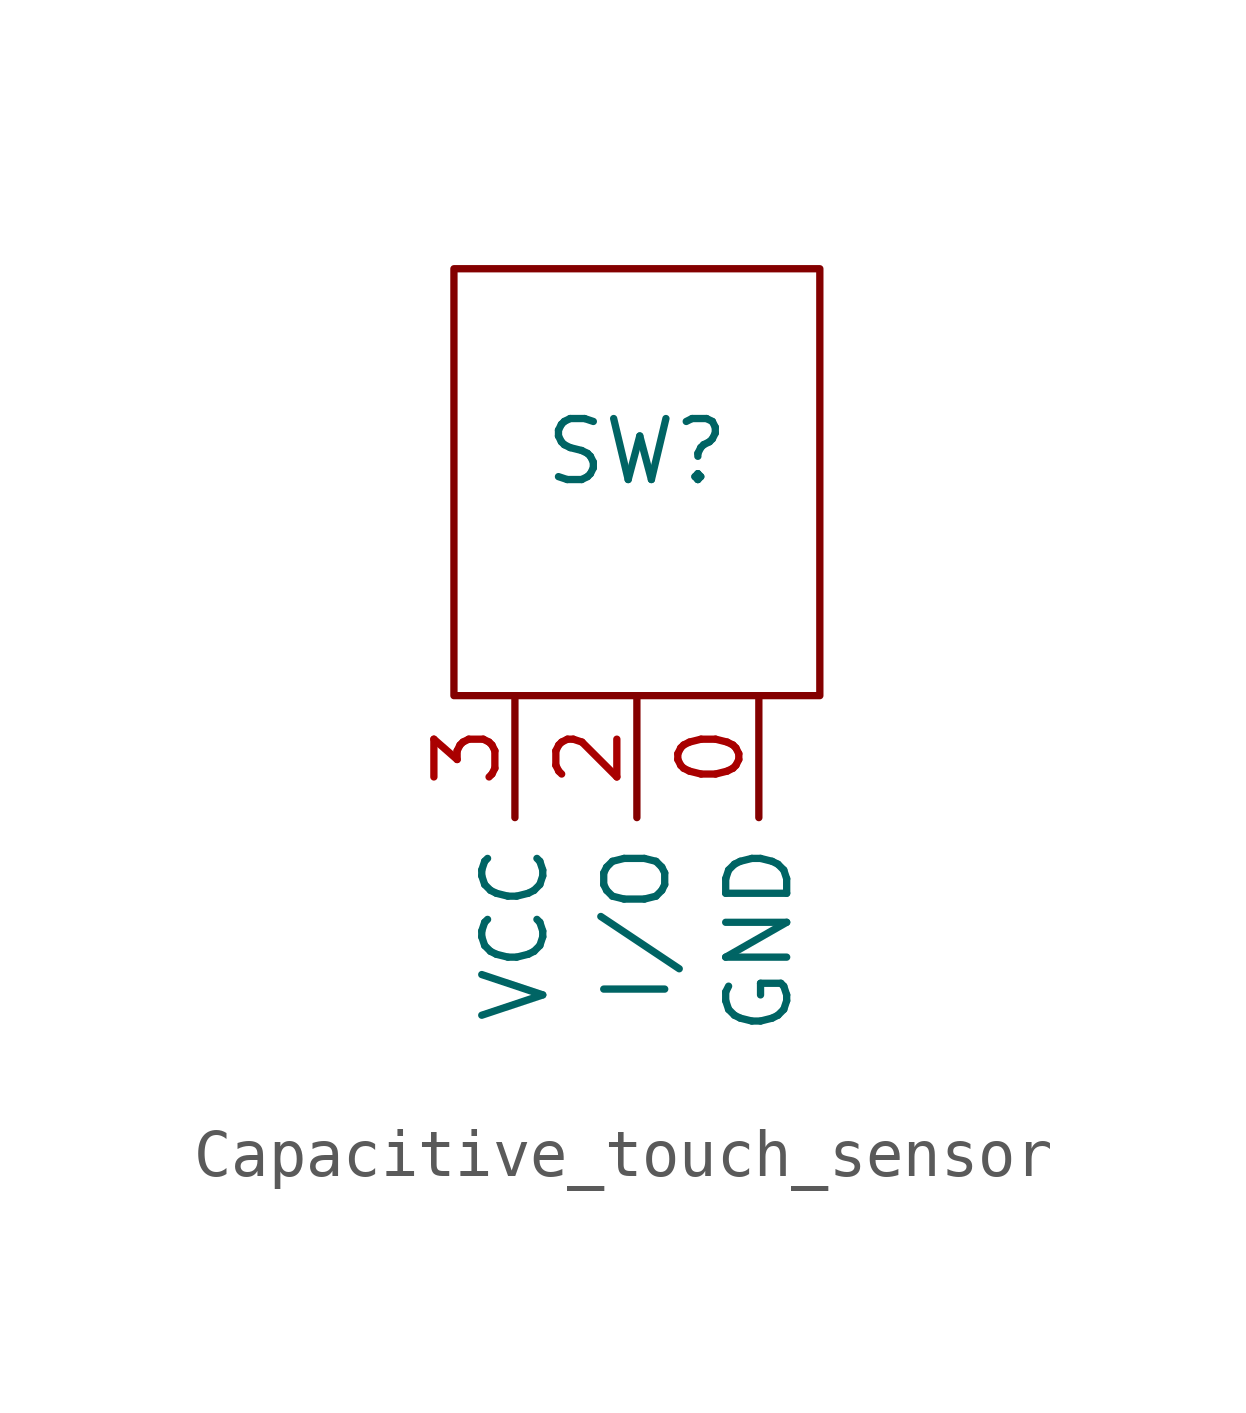
<source format=kicad_sym>
(kicad_symbol_lib
  (version 20241209)
  (generator "kicad_symbol_editor")
  (generator_version "9.0")
  (symbol "Capacitive_touch_sensor"
    (property "Reference" "SW"
      (at 0 0 0)
      (effects (font (size 1.27 1.27))))
    (property "Value" ""
      (at 0 0 0)
      (effects (font (size 1.27 1.27))))
    (symbol "Capacitive_touch_sensor_0_1"
      (rectangle (start -3.81 3.81) (end 3.81 -5.08) (stroke (width 0) (type default)) (fill (type none))))
    (symbol "Capacitive_touch_sensor_1_1"
      (pin power_in line (at -2.54 -5.08 270) (length 2.54) (name "VCC" (effects (font (size 1.27 1.27)))) (number "3" (effects (font (size 1.27 1.27)))))
      (pin output line (at 0 -5.08 270) (length 2.54) (name "I/O" (effects (font (size 1.27 1.27)))) (number "2" (effects (font (size 1.27 1.27)))))
      (pin power_in line (at 2.54 -5.08 270) (length 2.54) (name "GND" (effects (font (size 1.27 1.27)))) (number "0" (effects (font (size 1.27 1.27))))))))
</source>
